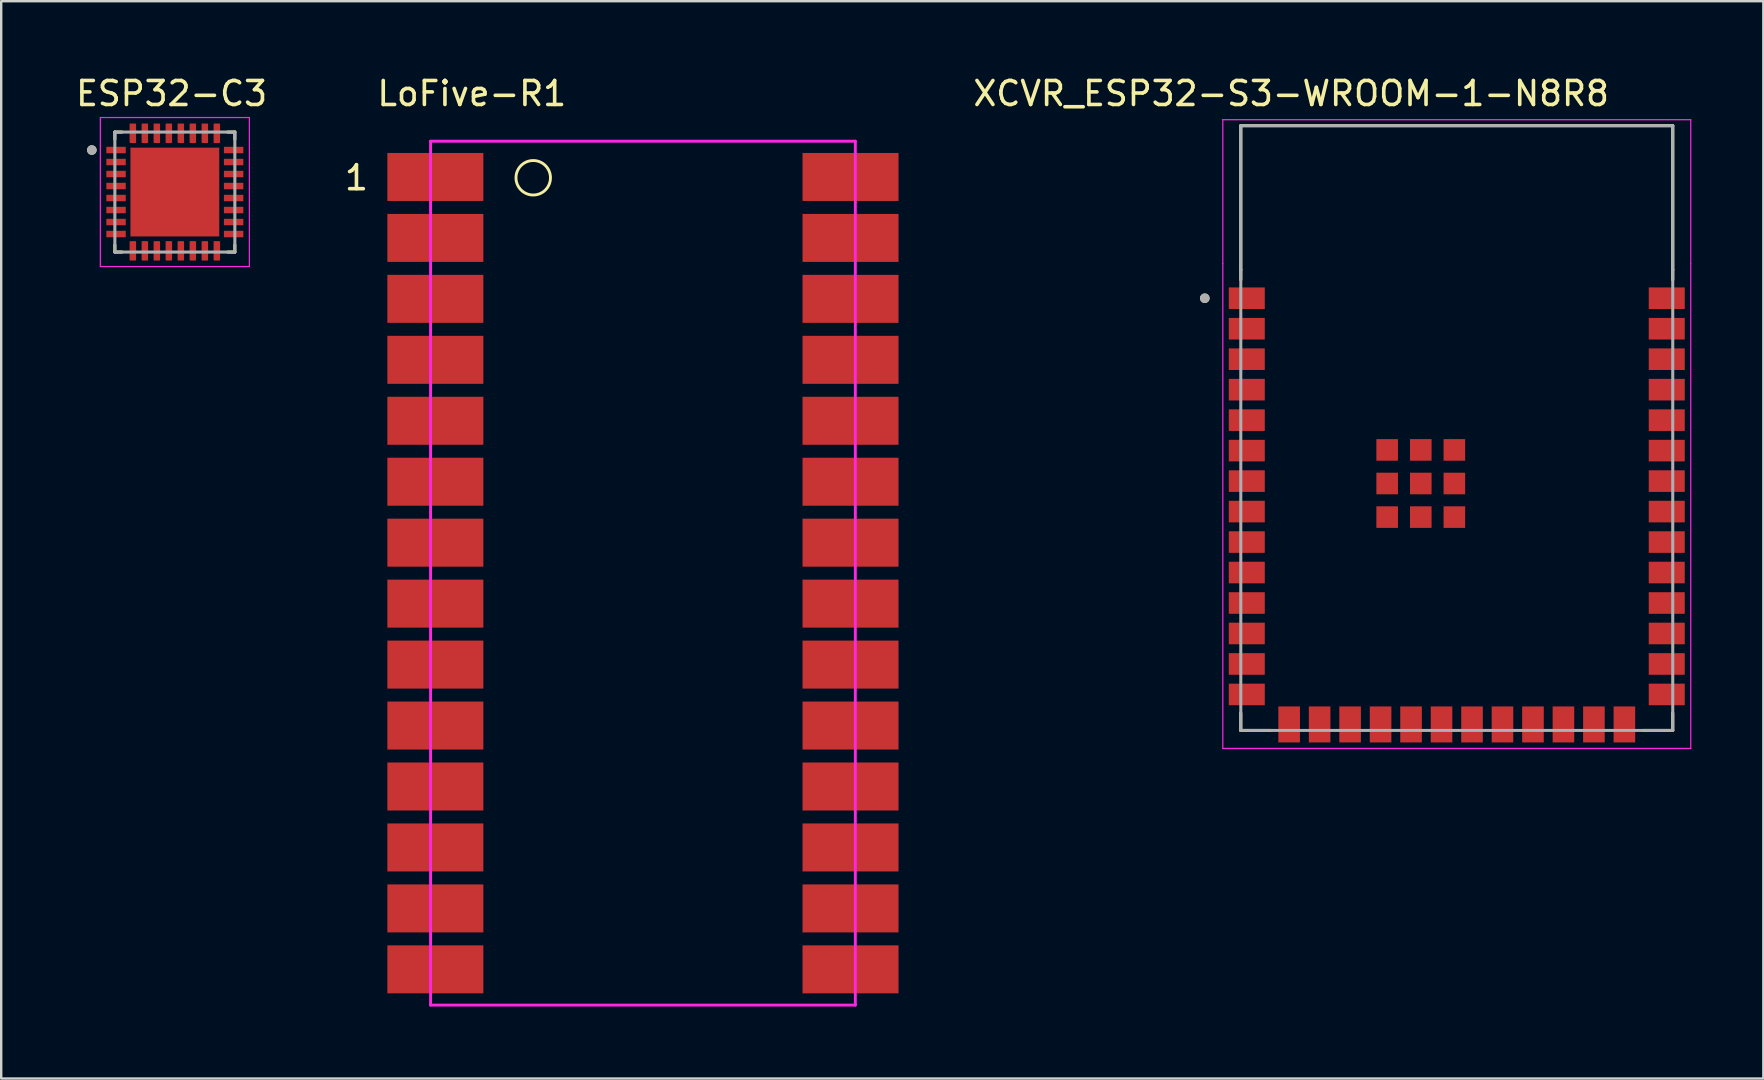
<source format=kicad_pcb>
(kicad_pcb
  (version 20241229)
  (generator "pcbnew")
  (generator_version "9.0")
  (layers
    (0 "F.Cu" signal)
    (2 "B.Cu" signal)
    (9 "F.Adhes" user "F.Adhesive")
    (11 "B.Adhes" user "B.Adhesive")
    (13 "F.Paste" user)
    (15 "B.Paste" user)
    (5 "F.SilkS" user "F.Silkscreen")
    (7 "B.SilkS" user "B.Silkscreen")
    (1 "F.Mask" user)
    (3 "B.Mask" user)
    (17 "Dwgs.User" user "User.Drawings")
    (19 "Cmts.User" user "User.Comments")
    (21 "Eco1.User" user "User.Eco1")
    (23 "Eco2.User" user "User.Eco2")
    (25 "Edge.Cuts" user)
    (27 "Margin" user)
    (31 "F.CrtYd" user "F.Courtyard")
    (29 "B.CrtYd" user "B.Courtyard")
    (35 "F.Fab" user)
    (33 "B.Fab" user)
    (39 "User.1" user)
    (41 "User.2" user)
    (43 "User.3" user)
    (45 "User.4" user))
  (footprint "XCVR_ESP32-S3-WROOM-1-N8R8"
    (layer "F.Cu")
    (at 57.655 17.788)
    (property "Reference" "XCVR_ESP32-S3-WROOM-1-N8R8" (at -6.9 -16.94 0) (layer "F.SilkS") (effects (font (size 1 1) (thickness 0.15))))
    (attr smd)
    (fp_line (start -9 -15.6) (end 9 -15.6) (stroke (width 0.127) (type solid)) (layer "F.SilkS"))
    (fp_line (start -9 -9.6) (end -9 -15.6) (stroke (width 0.127) (type solid)) (layer "F.SilkS"))
    (fp_line (start -9 -9.18) (end -9 -9.6) (stroke (width 0.127) (type solid)) (layer "F.SilkS"))
    (fp_line (start -9 9.6) (end -9 8.87) (stroke (width 0.127) (type solid)) (layer "F.SilkS"))
    (fp_line (start -7.755 9.6) (end -9 9.6) (stroke (width 0.127) (type solid)) (layer "F.SilkS"))
    (fp_line (start 9 -9.6) (end 9 -15.6) (stroke (width 0.127) (type solid)) (layer "F.SilkS"))
    (fp_line (start 9 -9.6) (end 9 -9.18) (stroke (width 0.127) (type solid)) (layer "F.SilkS"))
    (fp_line (start 9 9.6) (end 7.755 9.6) (stroke (width 0.127) (type solid)) (layer "F.SilkS"))
    (fp_line (start 9 9.6) (end 9 8.87) (stroke (width 0.127) (type solid)) (layer "F.SilkS"))
    (fp_circle (center -10.5 -8.41) (end -10.4 -8.41) (stroke (width 0.2) (type solid)) (fill no) (layer "F.SilkS"))
    (fp_line (start -9.75 -9.85) (end -9.75 -15.85) (stroke (width 0.05) (type solid)) (layer "F.CrtYd"))
    (fp_line (start -9.75 -9.85) (end -9.75 10.35) (stroke (width 0.05) (type solid)) (layer "F.CrtYd"))
    (fp_line (start -9.75 10.35) (end 9.75 10.35) (stroke (width 0.05) (type solid)) (layer "F.CrtYd"))
    (fp_line (start 9.75 -15.85) (end -9.75 -15.85) (stroke (width 0.05) (type solid)) (layer "F.CrtYd"))
    (fp_line (start 9.75 -9.85) (end 9.75 -15.85) (stroke (width 0.05) (type solid)) (layer "F.CrtYd"))
    (fp_line (start 9.75 10.35) (end 9.75 -9.85) (stroke (width 0.05) (type solid)) (layer "F.CrtYd"))
    (fp_line (start -9 -15.6) (end -9 -9.59) (stroke (width 0.127) (type solid)) (layer "F.Fab"))
    (fp_line (start -9 -15.6) (end 9 -15.6) (stroke (width 0.127) (type solid)) (layer "F.Fab"))
    (fp_line (start -9 9.6) (end -9 -9.6) (stroke (width 0.127) (type solid)) (layer "F.Fab"))
    (fp_line (start 9 -15.6) (end 9 -9.59) (stroke (width 0.127) (type solid)) (layer "F.Fab"))
    (fp_line (start 9 -9.6) (end 9 9.6) (stroke (width 0.127) (type solid)) (layer "F.Fab"))
    (fp_line (start 9 9.6) (end -9 9.6) (stroke (width 0.127) (type solid)) (layer "F.Fab"))
    (fp_circle (center -10.5 -8.41) (end -10.4 -8.41) (stroke (width 0.2) (type solid)) (fill no) (layer "F.Fab"))
    (pad "1" smd rect (at -8.75 -8.41) (size 1.5 0.9) (layers "F.Cu" "F.Mask" "F.Paste"))
    (pad "2" smd rect (at -8.75 -7.14) (size 1.5 0.9) (layers "F.Cu" "F.Mask" "F.Paste"))
    (pad "3" smd rect (at -8.75 -5.87) (size 1.5 0.9) (layers "F.Cu" "F.Mask" "F.Paste"))
    (pad "4" smd rect (at -8.75 -4.6) (size 1.5 0.9) (layers "F.Cu" "F.Mask" "F.Paste"))
    (pad "5" smd rect (at -8.75 -3.33) (size 1.5 0.9) (layers "F.Cu" "F.Mask" "F.Paste"))
    (pad "6" smd rect (at -8.75 -2.06) (size 1.5 0.9) (layers "F.Cu" "F.Mask" "F.Paste"))
    (pad "7" smd rect (at -8.75 -0.79) (size 1.5 0.9) (layers "F.Cu" "F.Mask" "F.Paste"))
    (pad "8" smd rect (at -8.75 0.48) (size 1.5 0.9) (layers "F.Cu" "F.Mask" "F.Paste"))
    (pad "9" smd rect (at -8.75 1.75) (size 1.5 0.9) (layers "F.Cu" "F.Mask" "F.Paste"))
    (pad "10" smd rect (at -8.75 3.02) (size 1.5 0.9) (layers "F.Cu" "F.Mask" "F.Paste"))
    (pad "11" smd rect (at -8.75 4.29) (size 1.5 0.9) (layers "F.Cu" "F.Mask" "F.Paste"))
    (pad "12" smd rect (at -8.75 5.56) (size 1.5 0.9) (layers "F.Cu" "F.Mask" "F.Paste"))
    (pad "13" smd rect (at -8.75 6.83) (size 1.5 0.9) (layers "F.Cu" "F.Mask" "F.Paste"))
    (pad "14" smd rect (at -8.75 8.1) (size 1.5 0.9) (layers "F.Cu" "F.Mask" "F.Paste"))
    (pad "15" smd rect (at -6.985 9.35) (size 0.9 1.5) (layers "F.Cu" "F.Mask" "F.Paste"))
    (pad "16" smd rect (at -5.715 9.35) (size 0.9 1.5) (layers "F.Cu" "F.Mask" "F.Paste"))
    (pad "17" smd rect (at -4.445 9.35) (size 0.9 1.5) (layers "F.Cu" "F.Mask" "F.Paste"))
    (pad "18" smd rect (at -3.175 9.35) (size 0.9 1.5) (layers "F.Cu" "F.Mask" "F.Paste"))
    (pad "19" smd rect (at -1.905 9.35) (size 0.9 1.5) (layers "F.Cu" "F.Mask" "F.Paste"))
    (pad "20" smd rect (at -0.635 9.35) (size 0.9 1.5) (layers "F.Cu" "F.Mask" "F.Paste"))
    (pad "21" smd rect (at 0.635 9.35) (size 0.9 1.5) (layers "F.Cu" "F.Mask" "F.Paste"))
    (pad "22" smd rect (at 1.905 9.35) (size 0.9 1.5) (layers "F.Cu" "F.Mask" "F.Paste"))
    (pad "23" smd rect (at 3.175 9.35) (size 0.9 1.5) (layers "F.Cu" "F.Mask" "F.Paste"))
    (pad "24" smd rect (at 4.445 9.35) (size 0.9 1.5) (layers "F.Cu" "F.Mask" "F.Paste"))
    (pad "25" smd rect (at 5.715 9.35) (size 0.9 1.5) (layers "F.Cu" "F.Mask" "F.Paste"))
    (pad "26" smd rect (at 6.985 9.35) (size 0.9 1.5) (layers "F.Cu" "F.Mask" "F.Paste"))
    (pad "27" smd rect (at 8.75 8.1) (size 1.5 0.9) (layers "F.Cu" "F.Mask" "F.Paste"))
    (pad "28" smd rect (at 8.75 6.83) (size 1.5 0.9) (layers "F.Cu" "F.Mask" "F.Paste"))
    (pad "29" smd rect (at 8.75 5.56) (size 1.5 0.9) (layers "F.Cu" "F.Mask" "F.Paste"))
    (pad "30" smd rect (at 8.75 4.29) (size 1.5 0.9) (layers "F.Cu" "F.Mask" "F.Paste"))
    (pad "31" smd rect (at 8.75 3.02) (size 1.5 0.9) (layers "F.Cu" "F.Mask" "F.Paste"))
    (pad "32" smd rect (at 8.75 1.75) (size 1.5 0.9) (layers "F.Cu" "F.Mask" "F.Paste"))
    (pad "33" smd rect (at 8.75 0.48) (size 1.5 0.9) (layers "F.Cu" "F.Mask" "F.Paste"))
    (pad "34" smd rect (at 8.75 -0.79) (size 1.5 0.9) (layers "F.Cu" "F.Mask" "F.Paste"))
    (pad "35" smd rect (at 8.75 -2.06) (size 1.5 0.9) (layers "F.Cu" "F.Mask" "F.Paste"))
    (pad "36" smd rect (at 8.75 -3.33) (size 1.5 0.9) (layers "F.Cu" "F.Mask" "F.Paste"))
    (pad "37" smd rect (at 8.75 -4.6) (size 1.5 0.9) (layers "F.Cu" "F.Mask" "F.Paste"))
    (pad "38" smd rect (at 8.75 -5.87) (size 1.5 0.9) (layers "F.Cu" "F.Mask" "F.Paste"))
    (pad "39" smd rect (at 8.75 -7.14) (size 1.5 0.9) (layers "F.Cu" "F.Mask" "F.Paste"))
    (pad "40" smd rect (at 8.75 -8.41) (size 1.5 0.9) (layers "F.Cu" "F.Mask" "F.Paste"))
    (pad "41_1" smd rect (at -2.9 -2.09) (size 0.9 0.9) (layers "F.Cu" "F.Mask" "F.Paste"))
    (pad "41_2" smd rect (at -1.5 -2.09) (size 0.9 0.9) (layers "F.Cu" "F.Mask" "F.Paste"))
    (pad "41_3" smd rect (at -0.1 -2.09) (size 0.9 0.9) (layers "F.Cu" "F.Mask" "F.Paste"))
    (pad "41_4" smd rect (at -2.9 -0.69) (size 0.9 0.9) (layers "F.Cu" "F.Mask" "F.Paste"))
    (pad "41_5" smd rect (at -1.5 -0.69) (size 0.9 0.9) (layers "F.Cu" "F.Mask" "F.Paste"))
    (pad "41_6" smd rect (at -0.1 -0.69) (size 0.9 0.9) (layers "F.Cu" "F.Mask" "F.Paste"))
    (pad "41_7" smd rect (at -2.9 0.71) (size 0.9 0.9) (layers "F.Cu" "F.Mask" "F.Paste"))
    (pad "41_8" smd rect (at -1.5 0.71) (size 0.9 0.9) (layers "F.Cu" "F.Mask" "F.Paste"))
    (pad "41_9" smd rect (at -0.1 0.71) (size 0.9 0.9) (layers "F.Cu" "F.Mask" "F.Paste")))
  (footprint "ESP32-C3"
    (layer "F.Cu")
    (at 4.236 4.953)
    (property "Reference" "ESP32-C3" (at -0.135 -4.105 0) (layer "F.SilkS") (effects (font (size 1 1) (thickness 0.15))))
    (attr through_hole)
    (fp_line (start -2.5 -2.5) (end -2.5 -2.205) (stroke (width 0.127) (type solid)) (layer "F.SilkS"))
    (fp_line (start -2.5 -2.5) (end -2.205 -2.5) (stroke (width 0.127) (type solid)) (layer "F.SilkS"))
    (fp_line (start -2.5 2.5) (end -2.5 2.205) (stroke (width 0.127) (type solid)) (layer "F.SilkS"))
    (fp_line (start -2.5 2.5) (end -2.205 2.5) (stroke (width 0.127) (type solid)) (layer "F.SilkS"))
    (fp_line (start 2.5 -2.5) (end 2.205 -2.5) (stroke (width 0.127) (type solid)) (layer "F.SilkS"))
    (fp_line (start 2.5 -2.5) (end 2.5 -2.205) (stroke (width 0.127) (type solid)) (layer "F.SilkS"))
    (fp_line (start 2.5 2.5) (end 2.205 2.5) (stroke (width 0.127) (type solid)) (layer "F.SilkS"))
    (fp_line (start 2.5 2.5) (end 2.5 2.205) (stroke (width 0.127) (type solid)) (layer "F.SilkS"))
    (fp_circle (center -3.46 -1.75) (end -3.36 -1.75) (stroke (width 0.2) (type solid)) (fill no) (layer "F.SilkS"))
    (fp_poly (pts (xy -1.85 -1.85) (xy -0.95 -1.85) (xy -0.95 -0.95) (xy -1.85 -0.95)) (stroke (width 0.01) (type solid)) (fill yes) (layer "F.Paste"))
    (fp_poly (pts (xy -1.85 -0.45) (xy -0.95 -0.45) (xy -0.95 0.45) (xy -1.85 0.45)) (stroke (width 0.01) (type solid)) (fill yes) (layer "F.Paste"))
    (fp_poly (pts (xy -1.85 0.95) (xy -0.95 0.95) (xy -0.95 1.85) (xy -1.85 1.85)) (stroke (width 0.01) (type solid)) (fill yes) (layer "F.Paste"))
    (fp_poly (pts (xy -0.45 -1.85) (xy 0.45 -1.85) (xy 0.45 -0.95) (xy -0.45 -0.95)) (stroke (width 0.01) (type solid)) (fill yes) (layer "F.Paste"))
    (fp_poly (pts (xy -0.45 -0.45) (xy 0.45 -0.45) (xy 0.45 0.45) (xy -0.45 0.45)) (stroke (width 0.01) (type solid)) (fill yes) (layer "F.Paste"))
    (fp_poly (pts (xy -0.45 0.95) (xy 0.45 0.95) (xy 0.45 1.85) (xy -0.45 1.85)) (stroke (width 0.01) (type solid)) (fill yes) (layer "F.Paste"))
    (fp_poly (pts (xy 0.95 -1.85) (xy 1.85 -1.85) (xy 1.85 -0.95) (xy 0.95 -0.95)) (stroke (width 0.01) (type solid)) (fill yes) (layer "F.Paste"))
    (fp_poly (pts (xy 0.95 -0.45) (xy 1.85 -0.45) (xy 1.85 0.45) (xy 0.95 0.45)) (stroke (width 0.01) (type solid)) (fill yes) (layer "F.Paste"))
    (fp_poly (pts (xy 0.95 0.95) (xy 1.85 0.95) (xy 1.85 1.85) (xy 0.95 1.85)) (stroke (width 0.01) (type solid)) (fill yes) (layer "F.Paste"))
    (fp_line (start -3.105 -3.105) (end 3.105 -3.105) (stroke (width 0.05) (type solid)) (layer "F.CrtYd"))
    (fp_line (start -3.105 3.105) (end -3.105 -3.105) (stroke (width 0.05) (type solid)) (layer "F.CrtYd"))
    (fp_line (start -3.105 3.105) (end 3.105 3.105) (stroke (width 0.05) (type solid)) (layer "F.CrtYd"))
    (fp_line (start 3.105 3.105) (end 3.105 -3.105) (stroke (width 0.05) (type solid)) (layer "F.CrtYd"))
    (fp_line (start -2.5 2.5) (end -2.5 -2.5) (stroke (width 0.127) (type solid)) (layer "F.Fab"))
    (fp_line (start 2.5 -2.5) (end -2.5 -2.5) (stroke (width 0.127) (type solid)) (layer "F.Fab"))
    (fp_line (start 2.5 2.5) (end -2.5 2.5) (stroke (width 0.127) (type solid)) (layer "F.Fab"))
    (fp_line (start 2.5 2.5) (end 2.5 -2.5) (stroke (width 0.127) (type solid)) (layer "F.Fab"))
    (fp_circle (center -3.46 -1.75) (end -3.36 -1.75) (stroke (width 0.2) (type solid)) (fill no) (layer "F.Fab"))
    (pad "1" smd roundrect (at -2.45 -1.75) (size 0.81 0.27) (layers "F.Cu" "F.Mask" "F.Paste") (roundrect_rratio 0.03))
    (pad "2" smd roundrect (at -2.45 -1.25) (size 0.81 0.27) (layers "F.Cu" "F.Mask" "F.Paste") (roundrect_rratio 0.03))
    (pad "3" smd roundrect (at -2.45 -0.75) (size 0.81 0.27) (layers "F.Cu" "F.Mask" "F.Paste") (roundrect_rratio 0.03))
    (pad "4" smd roundrect (at -2.45 -0.25) (size 0.81 0.27) (layers "F.Cu" "F.Mask" "F.Paste") (roundrect_rratio 0.03))
    (pad "5" smd roundrect (at -2.45 0.25) (size 0.81 0.27) (layers "F.Cu" "F.Mask" "F.Paste") (roundrect_rratio 0.03))
    (pad "6" smd roundrect (at -2.45 0.75) (size 0.81 0.27) (layers "F.Cu" "F.Mask" "F.Paste") (roundrect_rratio 0.03))
    (pad "7" smd roundrect (at -2.45 1.25) (size 0.81 0.27) (layers "F.Cu" "F.Mask" "F.Paste") (roundrect_rratio 0.03))
    (pad "8" smd roundrect (at -2.45 1.75) (size 0.81 0.27) (layers "F.Cu" "F.Mask" "F.Paste") (roundrect_rratio 0.03))
    (pad "9" smd roundrect (at -1.75 2.45) (size 0.27 0.81) (layers "F.Cu" "F.Mask" "F.Paste") (roundrect_rratio 0.1))
    (pad "10" smd roundrect (at -1.25 2.45) (size 0.27 0.81) (layers "F.Cu" "F.Mask" "F.Paste") (roundrect_rratio 0.1))
    (pad "11" smd roundrect (at -0.75 2.45) (size 0.27 0.81) (layers "F.Cu" "F.Mask" "F.Paste") (roundrect_rratio 0.1))
    (pad "12" smd roundrect (at -0.25 2.45) (size 0.27 0.81) (layers "F.Cu" "F.Mask" "F.Paste") (roundrect_rratio 0.1))
    (pad "13" smd roundrect (at 0.25 2.45) (size 0.27 0.81) (layers "F.Cu" "F.Mask" "F.Paste") (roundrect_rratio 0.1))
    (pad "14" smd roundrect (at 0.75 2.45) (size 0.27 0.81) (layers "F.Cu" "F.Mask" "F.Paste") (roundrect_rratio 0.1))
    (pad "15" smd roundrect (at 1.25 2.45) (size 0.27 0.81) (layers "F.Cu" "F.Mask" "F.Paste") (roundrect_rratio 0.1))
    (pad "16" smd roundrect (at 1.75 2.45) (size 0.27 0.81) (layers "F.Cu" "F.Mask" "F.Paste") (roundrect_rratio 0.1))
    (pad "17" smd roundrect (at 2.45 1.75) (size 0.81 0.27) (layers "F.Cu" "F.Mask" "F.Paste") (roundrect_rratio 0.03))
    (pad "18" smd roundrect (at 2.45 1.25) (size 0.81 0.27) (layers "F.Cu" "F.Mask" "F.Paste") (roundrect_rratio 0.03))
    (pad "19" smd roundrect (at 2.45 0.75) (size 0.81 0.27) (layers "F.Cu" "F.Mask" "F.Paste") (roundrect_rratio 0.03))
    (pad "20" smd roundrect (at 2.45 0.25) (size 0.81 0.27) (layers "F.Cu" "F.Mask" "F.Paste") (roundrect_rratio 0.03))
    (pad "21" smd roundrect (at 2.45 -0.25) (size 0.81 0.27) (layers "F.Cu" "F.Mask" "F.Paste") (roundrect_rratio 0.03))
    (pad "22" smd roundrect (at 2.45 -0.75) (size 0.81 0.27) (layers "F.Cu" "F.Mask" "F.Paste") (roundrect_rratio 0.03))
    (pad "23" smd roundrect (at 2.45 -1.25) (size 0.81 0.27) (layers "F.Cu" "F.Mask" "F.Paste") (roundrect_rratio 0.03))
    (pad "24" smd roundrect (at 2.45 -1.75) (size 0.81 0.27) (layers "F.Cu" "F.Mask" "F.Paste") (roundrect_rratio 0.03))
    (pad "25" smd roundrect (at 1.75 -2.45) (size 0.27 0.81) (layers "F.Cu" "F.Mask" "F.Paste") (roundrect_rratio 0.1))
    (pad "26" smd roundrect (at 1.25 -2.45) (size 0.27 0.81) (layers "F.Cu" "F.Mask" "F.Paste") (roundrect_rratio 0.1))
    (pad "27" smd roundrect (at 0.75 -2.45) (size 0.27 0.81) (layers "F.Cu" "F.Mask" "F.Paste") (roundrect_rratio 0.1))
    (pad "28" smd roundrect (at 0.25 -2.45) (size 0.27 0.81) (layers "F.Cu" "F.Mask" "F.Paste") (roundrect_rratio 0.1))
    (pad "29" smd roundrect (at -0.25 -2.45) (size 0.27 0.81) (layers "F.Cu" "F.Mask" "F.Paste") (roundrect_rratio 0.1))
    (pad "30" smd roundrect (at -0.75 -2.45) (size 0.27 0.81) (layers "F.Cu" "F.Mask" "F.Paste") (roundrect_rratio 0.1))
    (pad "31" smd roundrect (at -1.25 -2.45) (size 0.27 0.81) (layers "F.Cu" "F.Mask" "F.Paste") (roundrect_rratio 0.1))
    (pad "32" smd roundrect (at -1.75 -2.45) (size 0.27 0.81) (layers "F.Cu" "F.Mask" "F.Paste") (roundrect_rratio 0.1))
    (pad "33" smd rect (at 0 0) (size 3.7 3.7) (layers "F.Cu" "F.Mask")))
  (footprint "LoFive-R1"
    (layer "F.Cu")
    (at 23.742 2.834)
    (property "Reference" "LoFive-R1" (at -7.132 -1.986 0) (layer "F.SilkS") (effects (font (size 1 1) (thickness 0.15))))
    (attr smd)
    (fp_circle (center -4.572 1.524) (end -5.08 1.016) (stroke (width 0.12) (type solid)) (fill no) (layer "F.SilkS"))
    (fp_line (start -8.85 0) (end 8.85 0) (stroke (width 0.12) (type solid)) (layer "F.CrtYd"))
    (fp_line (start -8.85 36) (end -8.85 0) (stroke (width 0.12) (type solid)) (layer "F.CrtYd"))
    (fp_line (start -8.85 36) (end 8.85 36) (stroke (width 0.12) (type solid)) (layer "F.CrtYd"))
    (fp_line (start 8.85 36) (end 8.85 0) (stroke (width 0.12) (type solid)) (layer "F.CrtYd"))
    (fp_text user "1" (at -11.938 1.524 0) (layer "F.SilkS") (effects (font (size 1 1) (thickness 0.15))))
    (pad "1" smd rect (at -8.65 1.49) (size 4 2) (layers "F.Cu" "F.Mask" "F.Paste"))
    (pad "2" smd rect (at -8.65 4.03) (size 4 2) (layers "F.Cu" "F.Mask" "F.Paste"))
    (pad "3" smd rect (at -8.65 6.57) (size 4 2) (layers "F.Cu" "F.Mask" "F.Paste"))
    (pad "4" smd rect (at -8.65 9.11) (size 4 2) (layers "F.Cu" "F.Mask" "F.Paste"))
    (pad "5" smd rect (at -8.65 11.65) (size 4 2) (layers "F.Cu" "F.Mask" "F.Paste"))
    (pad "6" smd rect (at -8.65 14.19) (size 4 2) (layers "F.Cu" "F.Mask" "F.Paste"))
    (pad "7" smd rect (at -8.65 16.73) (size 4 2) (layers "F.Cu" "F.Mask" "F.Paste"))
    (pad "8" smd rect (at -8.65 19.27) (size 4 2) (layers "F.Cu" "F.Mask" "F.Paste"))
    (pad "9" smd rect (at -8.65 21.81) (size 4 2) (layers "F.Cu" "F.Mask" "F.Paste"))
    (pad "10" smd rect (at -8.65 24.35) (size 4 2) (layers "F.Cu" "F.Mask" "F.Paste"))
    (pad "11" smd rect (at -8.65 26.89) (size 4 2) (layers "F.Cu" "F.Mask" "F.Paste"))
    (pad "12" smd rect (at -8.65 29.43) (size 4 2) (layers "F.Cu" "F.Mask" "F.Paste"))
    (pad "13" smd rect (at -8.65 31.97) (size 4 2) (layers "F.Cu" "F.Mask" "F.Paste"))
    (pad "14" smd rect (at -8.65 34.51) (size 4 2) (layers "F.Cu" "F.Mask" "F.Paste"))
    (pad "15" smd rect (at 8.65 34.51) (size 4 2) (layers "F.Cu" "F.Mask" "F.Paste"))
    (pad "16" smd rect (at 8.65 31.97) (size 4 2) (layers "F.Cu" "F.Mask" "F.Paste"))
    (pad "17" smd rect (at 8.65 29.43) (size 4 2) (layers "F.Cu" "F.Mask" "F.Paste"))
    (pad "18" smd rect (at 8.65 26.89) (size 4 2) (layers "F.Cu" "F.Mask" "F.Paste"))
    (pad "19" smd rect (at 8.65 24.35) (size 4 2) (layers "F.Cu" "F.Mask" "F.Paste"))
    (pad "20" smd rect (at 8.65 21.81) (size 4 2) (layers "F.Cu" "F.Mask" "F.Paste"))
    (pad "21" smd rect (at 8.65 19.27) (size 4 2) (layers "F.Cu" "F.Mask" "F.Paste"))
    (pad "22" smd rect (at 8.65 16.73) (size 4 2) (layers "F.Cu" "F.Mask" "F.Paste"))
    (pad "23" smd rect (at 8.65 14.19) (size 4 2) (layers "F.Cu" "F.Mask" "F.Paste"))
    (pad "24" smd rect (at 8.65 11.65) (size 4 2) (layers "F.Cu" "F.Mask" "F.Paste"))
    (pad "25" smd rect (at 8.65 9.11) (size 4 2) (layers "F.Cu" "F.Mask" "F.Paste"))
    (pad "26" smd rect (at 8.65 6.57) (size 4 2) (layers "F.Cu" "F.Mask" "F.Paste"))
    (pad "27" smd rect (at 8.65 4.03) (size 4 2) (layers "F.Cu" "F.Mask" "F.Paste"))
    (pad "28" smd rect (at 8.65 1.49) (size 4 2) (layers "F.Cu" "F.Mask" "F.Paste")))
  (gr_rect
    (start -3 -3)
    (end 70.43 41.894)
    (stroke (width 0.1) (type default))
    (fill no)
    (layer "Edge.Cuts")))
</source>
